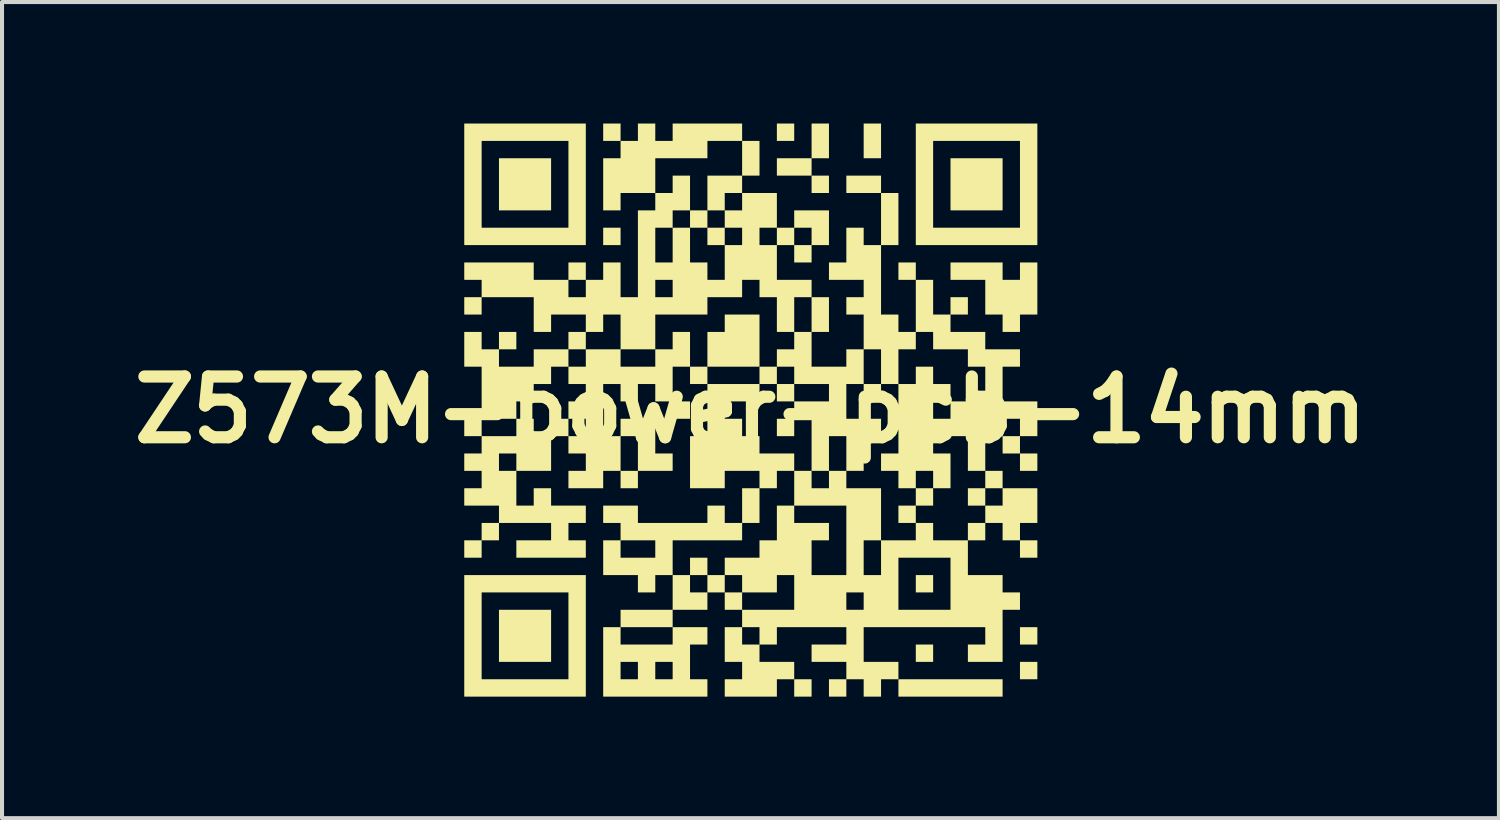
<source format=kicad_pcb>
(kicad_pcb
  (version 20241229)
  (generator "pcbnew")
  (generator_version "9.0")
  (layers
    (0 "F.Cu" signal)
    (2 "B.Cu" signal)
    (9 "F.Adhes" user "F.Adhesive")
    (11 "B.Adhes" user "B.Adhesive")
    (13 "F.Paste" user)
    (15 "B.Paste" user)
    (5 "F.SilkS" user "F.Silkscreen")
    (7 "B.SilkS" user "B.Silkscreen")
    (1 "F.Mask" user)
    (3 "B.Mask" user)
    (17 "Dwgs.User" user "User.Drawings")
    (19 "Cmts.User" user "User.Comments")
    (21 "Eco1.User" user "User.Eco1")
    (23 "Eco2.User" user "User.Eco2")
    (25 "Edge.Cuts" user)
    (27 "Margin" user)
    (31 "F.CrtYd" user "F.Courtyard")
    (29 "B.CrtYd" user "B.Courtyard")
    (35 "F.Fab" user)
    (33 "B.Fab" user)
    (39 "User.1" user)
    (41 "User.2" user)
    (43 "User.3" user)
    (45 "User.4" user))
  (footprint "Z573M-power-pcb-14mm"
    (layer "F.Cu")
    (at 15.479 7.067)
    (property "Reference" "Z573M-power-pcb-14mm" (at 0 0 0) (layer "F.SilkS") (effects (font (size 1.5 1.5) (thickness 0.3))))
    (attr board_only exclude_from_pos_files exclude_from_bom)
    (fp_poly (pts (xy -4.923 -5.566) (xy -4.923 -4.923) (xy -5.566 -4.923) (xy -6.21 -4.923) (xy -6.21 -5.566) (xy -6.21 -6.21) (xy -5.566 -6.21) (xy -4.923 -6.21)) (stroke (width 0) (type solid)) (fill yes) (layer "F.SilkS"))
    (fp_poly (pts (xy -4.923 5.581) (xy -4.923 6.224) (xy -5.566 6.224) (xy -6.21 6.224) (xy -6.21 5.581) (xy -6.21 4.938) (xy -5.566 4.938) (xy -4.923 4.938)) (stroke (width 0) (type solid)) (fill yes) (layer "F.SilkS"))
    (fp_poly (pts (xy -3.208 -4.28) (xy -3.208 -4.066) (xy -3.423 -4.066) (xy -3.637 -4.066) (xy -3.637 -4.28) (xy -3.637 -4.495) (xy -3.423 -4.495) (xy -3.208 -4.495)) (stroke (width 0) (type solid)) (fill yes) (layer "F.SilkS"))
    (fp_poly (pts (xy -1.493 0.007) (xy -1.493 0.222) (xy -1.708 0.222) (xy -1.922 0.222) (xy -1.922 0.007) (xy -1.922 -0.207) (xy -1.708 -0.207) (xy -1.493 -0.207)) (stroke (width 0) (type solid)) (fill yes) (layer "F.SilkS"))
    (fp_poly (pts (xy -1.064 -4.709) (xy -1.064 -4.495) (xy -1.279 -4.495) (xy -1.493 -4.495) (xy -1.493 -4.709) (xy -1.493 -4.923) (xy -1.279 -4.923) (xy -1.064 -4.923)) (stroke (width 0) (type solid)) (fill yes) (layer "F.SilkS"))
    (fp_poly (pts (xy -1.064 -0.85) (xy -1.064 -0.636) (xy -1.279 -0.636) (xy -1.493 -0.636) (xy -1.493 -0.85) (xy -1.493 -1.064) (xy -1.279 -1.064) (xy -1.064 -1.064)) (stroke (width 0) (type solid)) (fill yes) (layer "F.SilkS"))
    (fp_poly (pts (xy -1.064 3.866) (xy -1.064 4.081) (xy -1.279 4.081) (xy -1.493 4.081) (xy -1.493 3.866) (xy -1.493 3.652) (xy -1.279 3.652) (xy -1.064 3.652)) (stroke (width 0) (type solid)) (fill yes) (layer "F.SilkS"))
    (fp_poly (pts (xy -0.636 -4.28) (xy -0.636 -4.066) (xy -0.85 -4.066) (xy -1.064 -4.066) (xy -1.064 -4.28) (xy -1.064 -4.495) (xy -0.85 -4.495) (xy -0.636 -4.495)) (stroke (width 0) (type solid)) (fill yes) (layer "F.SilkS"))
    (fp_poly (pts (xy 0.651 -0.85) (xy 0.651 -0.636) (xy 0.436 -0.636) (xy 0.222 -0.636) (xy 0.222 -0.85) (xy 0.222 -1.064) (xy 0.436 -1.064) (xy 0.651 -1.064)) (stroke (width 0) (type solid)) (fill yes) (layer "F.SilkS"))
    (fp_poly (pts (xy 1.079 -6.853) (xy 1.079 -6.638) (xy 0.865 -6.638) (xy 0.651 -6.638) (xy 0.651 -6.853) (xy 0.651 -7.067) (xy 0.865 -7.067) (xy 1.079 -7.067)) (stroke (width 0) (type solid)) (fill yes) (layer "F.SilkS"))
    (fp_poly (pts (xy 1.079 -0.421) (xy 1.079 -0.207) (xy 0.865 -0.207) (xy 0.651 -0.207) (xy 0.651 -0.421) (xy 0.651 -0.636) (xy 0.865 -0.636) (xy 1.079 -0.636)) (stroke (width 0) (type solid)) (fill yes) (layer "F.SilkS"))
    (fp_poly (pts (xy 1.079 0.436) (xy 1.079 0.651) (xy 0.865 0.651) (xy 0.651 0.651) (xy 0.651 0.436) (xy 0.651 0.222) (xy 0.865 0.222) (xy 1.079 0.222)) (stroke (width 0) (type solid)) (fill yes) (layer "F.SilkS"))
    (fp_poly (pts (xy 1.508 6.867) (xy 1.508 7.082) (xy 1.294 7.082) (xy 1.079 7.082) (xy 1.079 6.867) (xy 1.079 6.653) (xy 1.294 6.653) (xy 1.508 6.653)) (stroke (width 0) (type solid)) (fill yes) (layer "F.SilkS"))
    (fp_poly (pts (xy 1.937 -5.566) (xy 1.937 -5.352) (xy 1.722 -5.352) (xy 1.508 -5.352) (xy 1.508 -5.566) (xy 1.508 -5.781) (xy 1.722 -5.781) (xy 1.937 -5.781)) (stroke (width 0) (type solid)) (fill yes) (layer "F.SilkS"))
    (fp_poly (pts (xy 3.223 -6.638) (xy 3.223 -6.21) (xy 3.009 -6.21) (xy 2.794 -6.21) (xy 2.794 -6.638) (xy 2.794 -7.067) (xy 3.009 -7.067) (xy 3.223 -7.067)) (stroke (width 0) (type solid)) (fill yes) (layer "F.SilkS"))
    (fp_poly (pts (xy 3.223 -5.566) (xy 3.223 -5.352) (xy 2.794 -5.352) (xy 2.366 -5.352) (xy 2.366 -5.566) (xy 2.366 -5.781) (xy 2.794 -5.781) (xy 3.223 -5.781)) (stroke (width 0) (type solid)) (fill yes) (layer "F.SilkS"))
    (fp_poly (pts (xy 3.223 -0.421) (xy 3.223 -0.207) (xy 3.009 -0.207) (xy 2.794 -0.207) (xy 2.794 -0.421) (xy 2.794 -0.636) (xy 3.009 -0.636) (xy 3.223 -0.636)) (stroke (width 0) (type solid)) (fill yes) (layer "F.SilkS"))
    (fp_poly (pts (xy 4.081 -3.423) (xy 4.081 -3.208) (xy 3.866 -3.208) (xy 3.652 -3.208) (xy 3.652 -3.423) (xy 3.652 -3.637) (xy 3.866 -3.637) (xy 4.081 -3.637)) (stroke (width 0) (type solid)) (fill yes) (layer "F.SilkS"))
    (fp_poly (pts (xy 4.509 4.295) (xy 4.509 4.509) (xy 4.295 4.509) (xy 4.081 4.509) (xy 4.081 4.295) (xy 4.081 4.081) (xy 4.295 4.081) (xy 4.509 4.081)) (stroke (width 0) (type solid)) (fill yes) (layer "F.SilkS"))
    (fp_poly (pts (xy 4.509 6.01) (xy 4.509 6.224) (xy 4.295 6.224) (xy 4.081 6.224) (xy 4.081 6.01) (xy 4.081 5.796) (xy 4.295 5.796) (xy 4.509 5.796)) (stroke (width 0) (type solid)) (fill yes) (layer "F.SilkS"))
    (fp_poly (pts (xy 5.796 2.151) (xy 5.796 2.366) (xy 5.581 2.366) (xy 5.367 2.366) (xy 5.367 2.151) (xy 5.367 1.937) (xy 5.581 1.937) (xy 5.796 1.937)) (stroke (width 0) (type solid)) (fill yes) (layer "F.SilkS"))
    (fp_poly (pts (xy 6.224 -5.566) (xy 6.224 -4.923) (xy 5.581 -4.923) (xy 4.938 -4.923) (xy 4.938 -5.566) (xy 4.938 -6.21) (xy 5.581 -6.21) (xy 6.224 -6.21)) (stroke (width 0) (type solid)) (fill yes) (layer "F.SilkS"))
    (fp_poly (pts (xy 6.224 1.722) (xy 6.224 1.937) (xy 6.01 1.937) (xy 5.796 1.937) (xy 5.796 1.722) (xy 5.796 1.508) (xy 6.01 1.508) (xy 6.224 1.508)) (stroke (width 0) (type solid)) (fill yes) (layer "F.SilkS"))
    (fp_poly (pts (xy 6.224 6.867) (xy 6.224 7.082) (xy 4.938 7.082) (xy 3.652 7.082) (xy 3.652 6.867) (xy 3.652 6.653) (xy 4.938 6.653) (xy 6.224 6.653)) (stroke (width 0) (type solid)) (fill yes) (layer "F.SilkS"))
    (fp_poly (pts (xy 7.082 1.294) (xy 7.082 1.508) (xy 6.867 1.508) (xy 6.653 1.508) (xy 6.653 1.294) (xy 6.653 1.079) (xy 6.867 1.079) (xy 7.082 1.079)) (stroke (width 0) (type solid)) (fill yes) (layer "F.SilkS"))
    (fp_poly (pts (xy 7.082 3.437) (xy 7.082 3.652) (xy 6.867 3.652) (xy 6.653 3.652) (xy 6.653 3.437) (xy 6.653 3.223) (xy 6.867 3.223) (xy 7.082 3.223)) (stroke (width 0) (type solid)) (fill yes) (layer "F.SilkS"))
    (fp_poly (pts (xy 7.082 5.581) (xy 7.082 5.796) (xy 6.867 5.796) (xy 6.653 5.796) (xy 6.653 5.581) (xy 6.653 5.367) (xy 6.867 5.367) (xy 7.082 5.367)) (stroke (width 0) (type solid)) (fill yes) (layer "F.SilkS"))
    (fp_poly (pts (xy 7.082 6.439) (xy 7.082 6.653) (xy 6.867 6.653) (xy 6.653 6.653) (xy 6.653 6.439) (xy 6.653 6.224) (xy 6.867 6.224) (xy 7.082 6.224)) (stroke (width 0) (type solid)) (fill yes) (layer "F.SilkS"))
    (fp_poly (pts (xy 0.222 -1.708) (xy 0.222 -1.064) (xy -0.421 -1.064) (xy -1.064 -1.064) (xy -1.064 -1.493) (xy -1.064 -1.922) (xy -0.85 -1.922) (xy -0.636 -1.922) (xy -0.636 -2.136) (xy -0.636 -2.351) (xy -0.207 -2.351) (xy 0.222 -2.351)) (stroke (width 0) (type solid)) (fill yes) (layer "F.SilkS"))
    (fp_poly (pts (xy 1.937 -6.638) (xy 1.937 -6.21) (xy 1.722 -6.21) (xy 1.508 -6.21) (xy 1.508 -5.995) (xy 1.508 -5.781) (xy 1.079 -5.781) (xy 0.651 -5.781) (xy 0.651 -5.995) (xy 0.651 -6.21) (xy 1.079 -6.21) (xy 1.508 -6.21) (xy 1.508 -6.638) (xy 1.508 -7.067) (xy 1.722 -7.067) (xy 1.937 -7.067)) (stroke (width 0) (type solid)) (fill yes) (layer "F.SilkS"))
    (fp_poly (pts (xy 4.509 2.151) (xy 4.509 2.366) (xy 4.295 2.366) (xy 4.081 2.366) (xy 4.081 2.58) (xy 4.081 2.794) (xy 3.866 2.794) (xy 3.652 2.794) (xy 3.652 2.58) (xy 3.652 2.366) (xy 3.866 2.366) (xy 4.081 2.366) (xy 4.081 2.151) (xy 4.081 1.937) (xy 4.295 1.937) (xy 4.509 1.937)) (stroke (width 0) (type solid)) (fill yes) (layer "F.SilkS"))
    (fp_poly (pts (xy -4.066 -5.566) (xy -4.066 -4.066) (xy -5.566 -4.066) (xy -7.067 -4.066) (xy -7.067 -5.566) (xy -7.067 -6.638) (xy -6.638 -6.638) (xy -6.638 -5.566) (xy -6.638 -4.495) (xy -5.566 -4.495) (xy -4.495 -4.495) (xy -4.495 -5.566) (xy -4.495 -6.638) (xy -5.566 -6.638) (xy -6.638 -6.638) (xy -7.067 -6.638) (xy -7.067 -7.067) (xy -5.566 -7.067) (xy -4.066 -7.067)) (stroke (width 0) (type solid)) (fill yes) (layer "F.SilkS"))
    (fp_poly (pts (xy -4.066 5.581) (xy -4.066 7.082) (xy -5.566 7.082) (xy -7.067 7.082) (xy -7.067 5.581) (xy -7.067 4.509) (xy -6.638 4.509) (xy -6.638 5.581) (xy -6.638 6.653) (xy -5.566 6.653) (xy -4.495 6.653) (xy -4.495 5.581) (xy -4.495 4.509) (xy -5.566 4.509) (xy -6.638 4.509) (xy -7.067 4.509) (xy -7.067 4.081) (xy -5.566 4.081) (xy -4.066 4.081)) (stroke (width 0) (type solid)) (fill yes) (layer "F.SilkS"))
    (fp_poly (pts (xy 7.082 -5.566) (xy 7.082 -4.066) (xy 5.581 -4.066) (xy 4.081 -4.066) (xy 4.081 -5.566) (xy 4.081 -6.638) (xy 4.509 -6.638) (xy 4.509 -5.566) (xy 4.509 -4.495) (xy 5.581 -4.495) (xy 6.653 -4.495) (xy 6.653 -5.566) (xy 6.653 -6.638) (xy 5.581 -6.638) (xy 4.509 -6.638) (xy 4.081 -6.638) (xy 4.081 -7.067) (xy 5.581 -7.067) (xy 7.082 -7.067)) (stroke (width 0) (type solid)) (fill yes) (layer "F.SilkS"))
    (fp_poly (pts (xy 0.007 -6.638) (xy 0.222 -6.638) (xy 0.222 -6.21) (xy 0.222 -5.781) (xy 0.007 -5.781) (xy -0.207 -5.781) (xy -0.207 -5.566) (xy -0.207 -5.352) (xy -0.421 -5.352) (xy -0.636 -5.352) (xy -0.636 -5.138) (xy -0.636 -4.923) (xy -0.85 -4.923) (xy -1.064 -4.923) (xy -1.064 -5.352) (xy -1.064 -5.781) (xy -0.636 -5.781) (xy -0.207 -5.781) (xy -0.207 -6.21) (xy -0.207 -6.638)) (stroke (width 0) (type solid)) (fill yes) (layer "F.SilkS"))
    (fp_poly (pts (xy 6.224 -3.423) (xy 6.224 -3.208) (xy 6.439 -3.208) (xy 6.653 -3.208) (xy 6.653 -3.423) (xy 6.653 -3.637) (xy 6.867 -3.637) (xy 7.082 -3.637) (xy 7.082 -2.994) (xy 7.082 -2.351) (xy 6.867 -2.351) (xy 6.653 -2.351) (xy 6.653 -2.136) (xy 6.653 -1.922) (xy 6.439 -1.922) (xy 6.224 -1.922) (xy 6.224 -2.136) (xy 6.224 -2.351) (xy 6.01 -2.351) (xy 5.796 -2.351) (xy 5.796 -2.78) (xy 5.796 -3.208) (xy 5.367 -3.208) (xy 4.938 -3.208) (xy 4.938 -3.423) (xy 4.938 -3.637) (xy 5.581 -3.637) (xy 6.224 -3.637)) (stroke (width 0) (type solid)) (fill yes) (layer "F.SilkS"))
    (fp_poly (pts (xy 0.222 -0.421) (xy 0.222 -0.207) (xy -0.207 -0.207) (xy -0.636 -0.207) (xy -0.636 0.007) (xy -0.636 0.222) (xy -0.421 0.222) (xy -0.207 0.222) (xy -0.207 0.436) (xy -0.207 0.651) (xy 0.007 0.651) (xy 0.222 0.651) (xy 0.222 0.865) (xy 0.222 1.079) (xy 0.651 1.079) (xy 1.079 1.079) (xy 1.079 1.294) (xy 1.079 1.508) (xy 0.865 1.508) (xy 0.651 1.508) (xy 0.651 1.722) (xy 0.651 1.937) (xy 0.436 1.937) (xy 0.222 1.937) (xy 0.222 2.366) (xy 0.222 2.794) (xy 0.007 2.794) (xy -0.207 2.794) (xy -0.207 3.009) (xy -0.207 3.223) (xy -1.064 3.223) (xy -1.922 3.223) (xy -1.922 3.652) (xy -1.922 4.081) (xy -2.136 4.081) (xy -2.351 4.081) (xy -2.351 4.295) (xy -2.351 4.509) (xy -2.565 4.509) (xy -2.78 4.509) (xy -2.78 4.295) (xy -2.78 4.081) (xy -3.208 4.081) (xy -3.637 4.081) (xy -3.637 3.652) (xy -3.637 3.223) (xy -3.423 3.223) (xy -3.208 3.223) (xy -3.208 3.437) (xy -3.208 3.652) (xy -2.78 3.652) (xy -2.351 3.652) (xy -2.351 3.437) (xy -2.351 3.223) (xy -2.78 3.223) (xy -3.208 3.223) (xy -3.208 3.009) (xy -3.208 2.794) (xy -3.423 2.794) (xy -3.637 2.794) (xy -3.637 2.58) (xy -3.637 2.366) (xy -3.208 2.366) (xy -2.78 2.366) (xy -2.78 2.58) (xy -2.78 2.794) (xy -1.922 2.794) (xy -1.064 2.794) (xy -1.064 2.58) (xy -1.064 2.366) (xy -0.85 2.366) (xy -0.636 2.366) (xy -0.636 2.58) (xy -0.636 2.794) (xy -0.421 2.794) (xy -0.207 2.794) (xy -0.207 2.366) (xy -0.207 1.937) (xy 0.007 1.937) (xy 0.222 1.937) (xy 0.222 1.722) (xy 0.222 1.508) (xy -0.207 1.508) (xy -0.636 1.508) (xy -0.636 1.722) (xy -0.636 1.937) (xy -1.064 1.937) (xy -1.493 1.937) (xy -1.493 1.294) (xy -1.493 0.651) (xy -1.279 0.651) (xy -1.064 0.651) (xy -1.064 0.007) (xy -1.064 -0.636) (xy -0.421 -0.636) (xy 0.222 -0.636)) (stroke (width 0) (type solid)) (fill yes) (layer "F.SilkS"))
    (fp_poly (pts (xy 3.652 -4.709) (xy 3.652 -4.066) (xy 3.437 -4.066) (xy 3.223 -4.066) (xy 3.223 -3.208) (xy 3.223 -2.351) (xy 3.437 -2.351) (xy 3.652 -2.351) (xy 3.652 -2.136) (xy 3.652 -1.922) (xy 3.866 -1.922) (xy 4.081 -1.922) (xy 4.081 -2.565) (xy 4.081 -3.208) (xy 4.295 -3.208) (xy 4.509 -3.208) (xy 4.509 -2.78) (xy 4.509 -2.351) (xy 4.724 -2.351) (xy 4.938 -2.351) (xy 4.938 -2.565) (xy 4.938 -2.78) (xy 5.152 -2.78) (xy 5.367 -2.78) (xy 5.367 -2.565) (xy 5.367 -2.351) (xy 5.152 -2.351) (xy 4.938 -2.351) (xy 4.938 -2.136) (xy 4.938 -1.922) (xy 5.367 -1.922) (xy 5.796 -1.922) (xy 5.796 -1.708) (xy 5.796 -1.493) (xy 6.224 -1.493) (xy 6.653 -1.493) (xy 6.653 -1.279) (xy 6.653 -1.064) (xy 6.439 -1.064) (xy 6.224 -1.064) (xy 6.224 -0.636) (xy 6.224 -0.207) (xy 6.653 -0.207) (xy 7.082 -0.207) (xy 7.082 0.222) (xy 7.082 0.651) (xy 6.867 0.651) (xy 6.653 0.651) (xy 6.653 0.865) (xy 6.653 1.079) (xy 6.439 1.079) (xy 6.224 1.079) (xy 6.224 0.865) (xy 6.224 0.651) (xy 6.01 0.651) (xy 5.796 0.651) (xy 5.796 1.079) (xy 5.796 1.508) (xy 5.581 1.508) (xy 5.367 1.508) (xy 5.367 1.079) (xy 5.367 0.651) (xy 4.938 0.651) (xy 4.509 0.651) (xy 4.509 0.865) (xy 4.509 1.079) (xy 4.724 1.079) (xy 4.938 1.079) (xy 4.938 1.508) (xy 4.938 1.937) (xy 4.724 1.937) (xy 4.509 1.937) (xy 4.509 1.722) (xy 4.509 1.508) (xy 4.295 1.508) (xy 4.081 1.508) (xy 4.081 1.722) (xy 4.081 1.937) (xy 3.866 1.937) (xy 3.652 1.937) (xy 3.652 1.722) (xy 3.652 1.508) (xy 3.437 1.508) (xy 3.223 1.508) (xy 3.223 1.294) (xy 3.223 1.079) (xy 3.437 1.079) (xy 3.652 1.079) (xy 3.652 0.222) (xy 3.652 -0.636) (xy 3.866 -0.636) (xy 4.081 -0.636) (xy 4.081 -0.85) (xy 4.081 -1.064) (xy 4.295 -1.064) (xy 4.509 -1.064) (xy 4.509 -0.85) (xy 4.509 -0.636) (xy 4.724 -0.636) (xy 4.938 -0.636) (xy 4.938 -0.421) (xy 4.938 -0.207) (xy 4.724 -0.207) (xy 4.509 -0.207) (xy 4.509 0.007) (xy 4.509 0.222) (xy 4.724 0.222) (xy 4.938 0.222) (xy 6.224 0.222) (xy 6.224 0.436) (xy 6.224 0.651) (xy 6.439 0.651) (xy 6.653 0.651) (xy 6.653 0.436) (xy 6.653 0.222) (xy 6.439 0.222) (xy 6.224 0.222) (xy 4.938 0.222) (xy 4.938 0.007) (xy 4.938 -0.207) (xy 5.367 -0.207) (xy 5.796 -0.207) (xy 5.796 -0.636) (xy 5.796 -1.064) (xy 5.581 -1.064) (xy 5.367 -1.064) (xy 5.367 -1.279) (xy 5.367 -1.493) (xy 4.938 -1.493) (xy 4.509 -1.493) (xy 4.509 -1.708) (xy 4.509 -1.922) (xy 4.295 -1.922) (xy 4.081 -1.922) (xy 4.081 -1.708) (xy 4.081 -1.493) (xy 3.866 -1.493) (xy 3.652 -1.493) (xy 3.652 -1.064) (xy 3.652 -0.636) (xy 3.437 -0.636) (xy 3.223 -0.636) (xy 3.223 -1.064) (xy 3.223 -1.493) (xy 3.009 -1.493) (xy 2.794 -1.493) (xy 2.794 -1.064) (xy 2.794 -0.636) (xy 2.58 -0.636) (xy 2.366 -0.636) (xy 2.366 -0.207) (xy 2.366 0.222) (xy 2.794 0.222) (xy 3.223 0.222) (xy 3.223 0.436) (xy 3.223 0.651) (xy 3.009 0.651) (xy 2.794 0.651) (xy 2.794 1.079) (xy 2.794 1.508) (xy 2.58 1.508) (xy 2.366 1.508) (xy 2.366 1.079) (xy 2.366 0.651) (xy 2.151 0.651) (xy 1.937 0.651) (xy 1.937 1.079) (xy 1.937 1.508) (xy 1.722 1.508) (xy 1.508 1.508) (xy 1.508 0.865) (xy 1.508 0.222) (xy 1.294 0.222) (xy 1.079 0.222) (xy 1.079 0.007) (xy 1.079 -0.207) (xy 1.508 -0.207) (xy 1.937 -0.207) (xy 1.937 -0.421) (xy 1.937 -0.636) (xy 1.508 -0.636) (xy 1.079 -0.636) (xy 1.079 -0.85) (xy 1.079 -1.064) (xy 0.865 -1.064) (xy 0.651 -1.064) (xy 0.651 -1.279) (xy 0.651 -1.493) (xy 0.865 -1.493) (xy 1.079 -1.493) (xy 1.079 -1.708) (xy 1.079 -1.922) (xy 1.294 -1.922) (xy 1.508 -1.922) (xy 1.508 -2.351) (xy 1.508 -2.78) (xy 1.722 -2.78) (xy 1.937 -2.78) (xy 1.937 -2.351) (xy 1.937 -1.922) (xy 1.722 -1.922) (xy 1.508 -1.922) (xy 1.508 -1.493) (xy 1.508 -1.064) (xy 1.937 -1.064) (xy 2.366 -1.064) (xy 2.366 -1.279) (xy 2.366 -1.493) (xy 2.58 -1.493) (xy 2.794 -1.493) (xy 2.794 -1.922) (xy 2.794 -2.351) (xy 2.58 -2.351) (xy 2.366 -2.351) (xy 2.366 -2.565) (xy 2.366 -2.78) (xy 2.58 -2.78) (xy 2.794 -2.78) (xy 2.794 -2.994) (xy 2.794 -3.208) (xy 2.366 -3.208) (xy 1.937 -3.208) (xy 1.937 -3.423) (xy 1.937 -3.637) (xy 2.151 -3.637) (xy 2.366 -3.637) (xy 2.366 -4.066) (xy 2.366 -4.495) (xy 2.58 -4.495) (xy 2.794 -4.495) (xy 2.794 -4.28) (xy 2.794 -4.066) (xy 3.009 -4.066) (xy 3.223 -4.066) (xy 3.223 -4.709) (xy 3.223 -5.352) (xy 3.437 -5.352) (xy 3.652 -5.352)) (stroke (width 0) (type solid)) (fill yes) (layer "F.SilkS"))
    (fp_poly (pts (xy 1.508 1.722) (xy 1.508 1.937) (xy 1.722 1.937) (xy 1.937 1.937) (xy 1.937 1.722) (xy 1.937 1.508) (xy 2.151 1.508) (xy 2.366 1.508) (xy 2.366 1.722) (xy 2.366 1.937) (xy 2.794 1.937) (xy 3.223 1.937) (xy 3.223 2.58) (xy 3.223 3.223) (xy 3.009 3.223) (xy 2.794 3.223) (xy 2.794 3.652) (xy 2.794 4.081) (xy 3.009 4.081) (xy 3.223 4.081) (xy 3.223 3.652) (xy 3.652 3.652) (xy 3.652 4.295) (xy 3.652 4.938) (xy 4.295 4.938) (xy 4.938 4.938) (xy 4.938 4.295) (xy 4.938 3.652) (xy 4.295 3.652) (xy 3.652 3.652) (xy 3.223 3.652) (xy 3.223 3.223) (xy 3.652 3.223) (xy 4.081 3.223) (xy 4.081 3.009) (xy 4.081 2.794) (xy 4.295 2.794) (xy 4.509 2.794) (xy 4.509 3.009) (xy 4.509 3.223) (xy 4.938 3.223) (xy 5.367 3.223) (xy 5.367 3.009) (xy 5.367 2.794) (xy 5.581 2.794) (xy 5.796 2.794) (xy 5.796 2.58) (xy 5.796 2.366) (xy 6.01 2.366) (xy 6.224 2.366) (xy 6.224 2.151) (xy 6.224 1.937) (xy 6.653 1.937) (xy 7.082 1.937) (xy 7.082 2.366) (xy 7.082 2.794) (xy 6.867 2.794) (xy 6.653 2.794) (xy 6.653 3.009) (xy 6.653 3.223) (xy 6.439 3.223) (xy 6.224 3.223) (xy 6.224 3.009) (xy 6.224 2.794) (xy 6.01 2.794) (xy 5.796 2.794) (xy 5.796 3.009) (xy 5.796 3.223) (xy 5.581 3.223) (xy 5.367 3.223) (xy 5.367 3.652) (xy 5.367 4.081) (xy 5.796 4.081) (xy 6.224 4.081) (xy 6.224 4.295) (xy 6.224 4.509) (xy 6.439 4.509) (xy 6.653 4.509) (xy 6.653 4.724) (xy 6.653 4.938) (xy 6.439 4.938) (xy 6.224 4.938) (xy 6.224 5.581) (xy 6.224 6.224) (xy 5.796 6.224) (xy 5.367 6.224) (xy 5.367 6.01) (xy 5.367 5.796) (xy 5.581 5.796) (xy 5.796 5.796) (xy 5.796 5.581) (xy 5.796 5.367) (xy 4.295 5.367) (xy 2.794 5.367) (xy 2.794 5.796) (xy 2.794 6.224) (xy 3.223 6.224) (xy 3.652 6.224) (xy 3.652 6.439) (xy 3.652 6.653) (xy 3.437 6.653) (xy 3.223 6.653) (xy 3.223 6.867) (xy 3.223 7.082) (xy 3.009 7.082) (xy 2.794 7.082) (xy 2.794 6.867) (xy 2.794 6.653) (xy 2.58 6.653) (xy 2.366 6.653) (xy 2.366 6.867) (xy 2.366 7.082) (xy 2.151 7.082) (xy 1.937 7.082) (xy 1.937 6.867) (xy 1.937 6.653) (xy 2.151 6.653) (xy 2.366 6.653) (xy 2.366 6.439) (xy 2.366 6.224) (xy 1.937 6.224) (xy 1.508 6.224) (xy 1.508 6.01) (xy 1.508 5.796) (xy 1.937 5.796) (xy 2.366 5.796) (xy 2.366 5.581) (xy 2.366 5.367) (xy 1.508 5.367) (xy 0.651 5.367) (xy 0.651 5.581) (xy 0.651 5.796) (xy 0.436 5.796) (xy 0.222 5.796) (xy 0.222 6.01) (xy 0.222 6.224) (xy 0.651 6.224) (xy 1.079 6.224) (xy 1.079 6.439) (xy 1.079 6.653) (xy 0.865 6.653) (xy 0.651 6.653) (xy 0.651 6.867) (xy 0.651 7.082) (xy 0.007 7.082) (xy -0.636 7.082) (xy -0.636 6.867) (xy -0.636 6.653) (xy -0.421 6.653) (xy -0.207 6.653) (xy -0.207 6.439) (xy -0.207 6.224) (xy -0.421 6.224) (xy -0.636 6.224) (xy -0.636 5.796) (xy -0.636 5.367) (xy -0.421 5.367) (xy -0.207 5.367) (xy -0.207 5.581) (xy -0.207 5.796) (xy 0.007 5.796) (xy 0.222 5.796) (xy 0.222 5.581) (xy 0.222 5.367) (xy 0.007 5.367) (xy -0.207 5.367) (xy -0.207 5.152) (xy -0.207 4.938) (xy -0.421 4.938) (xy -0.636 4.938) (xy -0.636 4.724) (xy -0.636 4.509) (xy -0.421 4.509) (xy -0.207 4.509) (xy -0.207 4.724) (xy -0.207 4.938) (xy 0.436 4.938) (xy 1.079 4.938) (xy 1.079 4.509) (xy 2.366 4.509) (xy 2.366 4.724) (xy 2.366 4.938) (xy 2.58 4.938) (xy 2.794 4.938) (xy 2.794 4.724) (xy 2.794 4.509) (xy 2.58 4.509) (xy 2.366 4.509) (xy 1.079 4.509) (xy 1.079 4.081) (xy 0.865 4.081) (xy 0.651 4.081) (xy 0.651 4.295) (xy 0.651 4.509) (xy 0.222 4.509) (xy -0.207 4.509) (xy -0.207 4.295) (xy -0.207 4.081) (xy -0.421 4.081) (xy -0.636 4.081) (xy -0.636 4.295) (xy -0.636 4.509) (xy -0.85 4.509) (xy -1.064 4.509) (xy -1.064 4.724) (xy -1.064 4.938) (xy -1.493 4.938) (xy -1.922 4.938) (xy -1.922 5.152) (xy -1.922 5.367) (xy -2.565 5.367) (xy -3.208 5.367) (xy -3.208 5.581) (xy -3.208 5.796) (xy -2.565 5.796) (xy -1.922 5.796) (xy -1.922 5.581) (xy -1.922 5.367) (xy -1.493 5.367) (xy -1.064 5.367) (xy -1.064 5.581) (xy -1.064 5.796) (xy -1.279 5.796) (xy -1.493 5.796) (xy -1.493 6.224) (xy -1.493 6.653) (xy -1.279 6.653) (xy -1.064 6.653) (xy -1.064 6.867) (xy -1.064 7.082) (xy -2.351 7.082) (xy -3.637 7.082) (xy -3.637 6.224) (xy -3.208 6.224) (xy -3.208 6.439) (xy -3.208 6.653) (xy -2.994 6.653) (xy -2.78 6.653) (xy -2.78 6.439) (xy -2.78 6.224) (xy -2.351 6.224) (xy -2.351 6.439) (xy -2.351 6.653) (xy -2.136 6.653) (xy -1.922 6.653) (xy -1.922 6.439) (xy -1.922 6.224) (xy -2.136 6.224) (xy -2.351 6.224) (xy -2.78 6.224) (xy -2.994 6.224) (xy -3.208 6.224) (xy -3.637 6.224) (xy -3.637 5.367) (xy -3.423 5.367) (xy -3.208 5.367) (xy -3.208 5.152) (xy -3.208 4.938) (xy -2.565 4.938) (xy -1.922 4.938) (xy -1.922 4.509) (xy -1.922 4.081) (xy -1.708 4.081) (xy -1.493 4.081) (xy -1.493 4.295) (xy -1.493 4.509) (xy -1.279 4.509) (xy -1.064 4.509) (xy -1.064 4.295) (xy -1.064 4.081) (xy -0.85 4.081) (xy -0.636 4.081) (xy -0.636 3.866) (xy -0.636 3.652) (xy -0.207 3.652) (xy 0.222 3.652) (xy 0.222 3.437) (xy 0.222 3.223) (xy 0.436 3.223) (xy 0.651 3.223) (xy 0.651 2.794) (xy 0.651 2.366) (xy 0.865 2.366) (xy 1.079 2.366) (xy 1.079 2.58) (xy 1.079 2.794) (xy 1.508 2.794) (xy 1.937 2.794) (xy 1.937 3.009) (xy 1.937 3.223) (xy 1.722 3.223) (xy 1.508 3.223) (xy 1.508 3.652) (xy 1.508 4.081) (xy 1.937 4.081) (xy 2.366 4.081) (xy 2.366 3.223) (xy 2.366 2.366) (xy 1.722 2.366) (xy 1.079 2.366) (xy 1.079 1.937) (xy 1.079 1.508) (xy 1.294 1.508) (xy 1.508 1.508)) (stroke (width 0) (type solid)) (fill yes) (layer "F.SilkS"))
    (fp_poly (pts (xy -3.208 -6.853) (xy -3.208 -6.638) (xy -2.994 -6.638) (xy -2.78 -6.638) (xy -2.78 -6.853) (xy -2.78 -7.067) (xy -2.565 -7.067) (xy -2.351 -7.067) (xy -2.351 -6.853) (xy -2.351 -6.638) (xy -2.136 -6.638) (xy -1.922 -6.638) (xy -1.922 -6.853) (xy -1.922 -7.067) (xy -1.064 -7.067) (xy -0.207 -7.067) (xy -0.207 -6.853) (xy -0.207 -6.638) (xy -0.636 -6.638) (xy -1.064 -6.638) (xy -1.064 -6.424) (xy -1.064 -6.21) (xy -1.708 -6.21) (xy -2.351 -6.21) (xy -2.351 -5.781) (xy -2.351 -5.352) (xy -2.136 -5.352) (xy -1.922 -5.352) (xy -1.922 -5.566) (xy -1.922 -5.781) (xy -1.708 -5.781) (xy -1.493 -5.781) (xy -1.493 -5.352) (xy -1.493 -4.923) (xy -1.708 -4.923) (xy -1.922 -4.923) (xy -1.922 -4.709) (xy -1.922 -4.495) (xy -2.136 -4.495) (xy -2.351 -4.495) (xy -2.351 -4.066) (xy -2.351 -3.637) (xy -2.136 -3.637) (xy -1.922 -3.637) (xy -1.922 -4.066) (xy -1.922 -4.495) (xy -1.708 -4.495) (xy -1.493 -4.495) (xy -1.493 -4.066) (xy -1.493 -3.637) (xy -1.279 -3.637) (xy -1.064 -3.637) (xy -1.064 -3.423) (xy -1.064 -3.208) (xy -0.85 -3.208) (xy -0.636 -3.208) (xy -0.636 -3.637) (xy -0.636 -4.066) (xy -0.421 -4.066) (xy -0.207 -4.066) (xy -0.207 -4.28) (xy -0.207 -4.495) (xy 0.222 -4.495) (xy 0.222 -4.28) (xy 0.222 -4.066) (xy 0.436 -4.066) (xy 0.651 -4.066) (xy 0.651 -4.28) (xy 0.651 -4.495) (xy 0.436 -4.495) (xy 0.222 -4.495) (xy -0.207 -4.495) (xy -0.421 -4.495) (xy -0.636 -4.495) (xy -0.636 -4.709) (xy -0.636 -4.923) (xy -0.421 -4.923) (xy -0.207 -4.923) (xy -0.207 -5.138) (xy -0.207 -5.352) (xy 0.222 -5.352) (xy 0.651 -5.352) (xy 0.651 -4.923) (xy 0.651 -4.495) (xy 0.865 -4.495) (xy 1.079 -4.495) (xy 1.079 -4.28) (xy 1.079 -4.066) (xy 1.294 -4.066) (xy 1.508 -4.066) (xy 1.508 -4.28) (xy 1.508 -4.495) (xy 1.294 -4.495) (xy 1.079 -4.495) (xy 1.079 -4.709) (xy 1.079 -4.923) (xy 1.508 -4.923) (xy 1.937 -4.923) (xy 1.937 -4.495) (xy 1.937 -4.066) (xy 1.722 -4.066) (xy 1.508 -4.066) (xy 1.508 -3.851) (xy 1.508 -3.637) (xy 1.294 -3.637) (xy 1.079 -3.637) (xy 1.079 -3.851) (xy 1.079 -4.066) (xy 0.865 -4.066) (xy 0.651 -4.066) (xy 0.651 -3.637) (xy 0.651 -3.208) (xy 1.079 -3.208) (xy 1.508 -3.208) (xy 1.508 -2.994) (xy 1.508 -2.78) (xy 1.294 -2.78) (xy 1.079 -2.78) (xy 1.079 -2.351) (xy 1.079 -1.922) (xy 0.865 -1.922) (xy 0.651 -1.922) (xy 0.651 -2.351) (xy 0.651 -2.78) (xy 0.436 -2.78) (xy 0.222 -2.78) (xy 0.222 -2.994) (xy 0.222 -3.208) (xy 0.007 -3.208) (xy -0.207 -3.208) (xy -0.207 -2.994) (xy -0.207 -2.78) (xy -0.636 -2.78) (xy -1.064 -2.78) (xy -1.064 -2.565) (xy -1.064 -2.351) (xy -1.708 -2.351) (xy -2.351 -2.351) (xy -2.351 -1.922) (xy -2.351 -1.493) (xy -2.78 -1.493) (xy -3.208 -1.493) (xy -3.208 -1.922) (xy -3.208 -2.351) (xy -3.423 -2.351) (xy -3.637 -2.351) (xy -3.637 -2.136) (xy -3.637 -1.922) (xy -3.851 -1.922) (xy -4.066 -1.922) (xy -4.066 -1.708) (xy -4.066 -1.493) (xy -4.28 -1.493) (xy -4.495 -1.493) (xy -4.495 -1.279) (xy -4.495 -1.064) (xy -4.709 -1.064) (xy -4.923 -1.064) (xy -4.923 -0.85) (xy -4.923 -0.636) (xy -5.138 -0.636) (xy -5.352 -0.636) (xy -5.352 -0.421) (xy -5.352 -0.207) (xy -5.566 -0.207) (xy -5.781 -0.207) (xy -5.781 0.007) (xy -5.781 0.222) (xy -6.21 0.222) (xy -6.638 0.222) (xy -6.638 0.436) (xy -6.638 0.651) (xy -6.21 0.651) (xy -5.781 0.651) (xy -5.781 0.436) (xy -5.781 0.222) (xy -5.566 0.222) (xy -5.352 0.222) (xy -5.352 0.436) (xy -5.352 0.651) (xy -5.138 0.651) (xy -4.923 0.651) (xy -4.923 0.436) (xy -4.923 0.222) (xy -4.709 0.222) (xy -4.495 0.222) (xy -4.495 0.436) (xy -4.495 0.651) (xy -4.28 0.651) (xy -4.066 0.651) (xy -4.066 0.436) (xy -4.066 0.222) (xy -4.28 0.222) (xy -4.495 0.222) (xy -4.495 0.007) (xy -4.495 -0.207) (xy -4.28 -0.207) (xy -4.066 -0.207) (xy -4.066 -0.421) (xy -4.066 -0.636) (xy -4.28 -0.636) (xy -4.495 -0.636) (xy -4.495 -0.85) (xy -4.495 -1.064) (xy -4.28 -1.064) (xy -4.066 -1.064) (xy -4.066 -1.279) (xy -4.066 -1.493) (xy -3.637 -1.493) (xy -3.208 -1.493) (xy -3.208 -1.279) (xy -3.208 -1.064) (xy -2.78 -1.064) (xy -2.351 -1.064) (xy -2.351 -1.279) (xy -2.351 -1.493) (xy -2.136 -1.493) (xy -1.922 -1.493) (xy -1.922 -1.708) (xy -1.922 -1.922) (xy -1.708 -1.922) (xy -1.493 -1.922) (xy -1.493 -1.493) (xy -1.493 -1.064) (xy -1.708 -1.064) (xy -1.922 -1.064) (xy -1.922 -0.636) (xy -1.922 -0.207) (xy -2.136 -0.207) (xy -2.351 -0.207) (xy -2.351 -0.421) (xy -2.351 -0.636) (xy -2.565 -0.636) (xy -2.78 -0.636) (xy -2.78 -0.421) (xy -2.78 -0.207) (xy -2.994 -0.207) (xy -3.208 -0.207) (xy -3.208 -0.421) (xy -3.208 -0.636) (xy -3.423 -0.636) (xy -3.637 -0.636) (xy -3.637 0.007) (xy -3.637 0.651) (xy -3.423 0.651) (xy -3.208 0.651) (xy -3.208 1.079) (xy -3.208 1.508) (xy -2.994 1.508) (xy -2.78 1.508) (xy -2.78 1.079) (xy -2.78 0.651) (xy -2.994 0.651) (xy -3.208 0.651) (xy -3.208 0.436) (xy -3.208 0.222) (xy -2.78 0.222) (xy -2.351 0.222) (xy -2.351 0.651) (xy -2.351 1.079) (xy -2.136 1.079) (xy -1.922 1.079) (xy -1.922 1.294) (xy -1.922 1.508) (xy -2.351 1.508) (xy -2.78 1.508) (xy -2.78 1.722) (xy -2.78 1.937) (xy -2.994 1.937) (xy -3.208 1.937) (xy -3.208 1.722) (xy -3.208 1.508) (xy -3.423 1.508) (xy -3.637 1.508) (xy -3.637 1.722) (xy -3.637 1.937) (xy -4.066 1.937) (xy -4.495 1.937) (xy -4.495 1.722) (xy -4.495 1.508) (xy -4.28 1.508) (xy -4.066 1.508) (xy -4.066 1.294) (xy -4.066 1.079) (xy -4.28 1.079) (xy -4.495 1.079) (xy -4.495 0.865) (xy -4.495 0.651) (xy -4.709 0.651) (xy -4.923 0.651) (xy -4.923 1.079) (xy -4.923 1.508) (xy -5.352 1.508) (xy -5.781 1.508) (xy -5.781 1.937) (xy -5.781 2.366) (xy -5.566 2.366) (xy -5.352 2.366) (xy -5.352 2.151) (xy -5.352 1.937) (xy -5.138 1.937) (xy -4.923 1.937) (xy -4.923 2.151) (xy -4.923 2.366) (xy -4.495 2.366) (xy -4.066 2.366) (xy -4.066 2.58) (xy -4.066 2.794) (xy -4.28 2.794) (xy -4.495 2.794) (xy -4.495 3.009) (xy -4.495 3.223) (xy -4.28 3.223) (xy -4.066 3.223) (xy -4.066 3.437) (xy -4.066 3.652) (xy -4.923 3.652) (xy -5.781 3.652) (xy -5.781 3.437) (xy -5.781 3.223) (xy -5.352 3.223) (xy -4.923 3.223) (xy -4.923 3.009) (xy -4.923 2.794) (xy -5.566 2.794) (xy -6.21 2.794) (xy -6.21 3.009) (xy -6.21 3.223) (xy -6.424 3.223) (xy -6.638 3.223) (xy -6.638 3.437) (xy -6.638 3.652) (xy -6.853 3.652) (xy -7.067 3.652) (xy -7.067 3.437) (xy -7.067 3.223) (xy -6.853 3.223) (xy -6.638 3.223) (xy -6.638 3.009) (xy -6.638 2.794) (xy -6.424 2.794) (xy -6.21 2.794) (xy -6.21 2.58) (xy -6.21 2.366) (xy -6.638 2.366) (xy -7.067 2.366) (xy -7.067 2.151) (xy -7.067 1.937) (xy -6.853 1.937) (xy -6.638 1.937) (xy -6.638 1.722) (xy -6.638 1.508) (xy -6.853 1.508) (xy -7.067 1.508) (xy -7.067 1.294) (xy -7.067 1.079) (xy -6.853 1.079) (xy -6.638 1.079) (xy -6.21 1.079) (xy -6.21 1.294) (xy -6.21 1.508) (xy -5.995 1.508) (xy -5.781 1.508) (xy -5.781 1.294) (xy -5.781 1.079) (xy -5.995 1.079) (xy -6.21 1.079) (xy -6.638 1.079) (xy -6.638 0.865) (xy -6.638 0.651) (xy -6.853 0.651) (xy -7.067 0.651) (xy -7.067 0.436) (xy -7.067 0.222) (xy -6.853 0.222) (xy -6.638 0.222) (xy -6.638 -0.421) (xy -6.638 -1.064) (xy -6.853 -1.064) (xy -7.067 -1.064) (xy -7.067 -1.493) (xy -7.067 -1.922) (xy -6.853 -1.922) (xy -6.638 -1.922) (xy -6.638 -1.708) (xy -6.638 -1.493) (xy -6.424 -1.493) (xy -6.21 -1.493) (xy -6.21 -1.708) (xy -6.21 -1.922) (xy -5.995 -1.922) (xy -5.781 -1.922) (xy -5.781 -1.708) (xy -5.781 -1.493) (xy -5.995 -1.493) (xy -6.21 -1.493) (xy -6.21 -1.279) (xy -6.21 -1.064) (xy -5.781 -1.064) (xy -5.352 -1.064) (xy -5.352 -1.279) (xy -5.352 -1.493) (xy -4.923 -1.493) (xy -4.495 -1.493) (xy -4.495 -1.708) (xy -4.495 -1.922) (xy -4.28 -1.922) (xy -4.066 -1.922) (xy -4.066 -2.136) (xy -4.066 -2.351) (xy -4.495 -2.351) (xy -4.923 -2.351) (xy -4.923 -2.136) (xy -4.923 -1.922) (xy -5.138 -1.922) (xy -5.352 -1.922) (xy -5.352 -2.351) (xy -5.352 -2.78) (xy -5.995 -2.78) (xy -6.638 -2.78) (xy -6.638 -2.565) (xy -6.638 -2.351) (xy -6.853 -2.351) (xy -7.067 -2.351) (xy -7.067 -2.565) (xy -7.067 -2.78) (xy -6.853 -2.78) (xy -6.638 -2.78) (xy -6.638 -2.994) (xy -6.638 -3.208) (xy -6.853 -3.208) (xy -7.067 -3.208) (xy -7.067 -3.423) (xy -7.067 -3.637) (xy -6.21 -3.637) (xy -5.352 -3.637) (xy -5.352 -3.423) (xy -5.352 -3.208) (xy -4.923 -3.208) (xy -4.495 -3.208) (xy -4.495 -2.994) (xy -4.495 -2.78) (xy -4.28 -2.78) (xy -4.066 -2.78) (xy -4.066 -2.994) (xy -4.066 -3.208) (xy -4.28 -3.208) (xy -4.495 -3.208) (xy -4.495 -3.423) (xy -4.495 -3.637) (xy -4.28 -3.637) (xy -4.066 -3.637) (xy -4.066 -3.423) (xy -4.066 -3.208) (xy -3.851 -3.208) (xy -3.637 -3.208) (xy -3.637 -3.423) (xy -3.637 -3.637) (xy -3.423 -3.637) (xy -3.208 -3.637) (xy -3.208 -3.208) (xy -3.208 -2.78) (xy -2.994 -2.78) (xy -2.78 -2.78) (xy -2.78 -3.208) (xy -2.351 -3.208) (xy -2.351 -2.994) (xy -2.351 -2.78) (xy -2.136 -2.78) (xy -1.922 -2.78) (xy -1.922 -2.994) (xy -1.922 -3.208) (xy -2.136 -3.208) (xy -2.351 -3.208) (xy -2.78 -3.208) (xy -2.78 -3.851) (xy -2.78 -4.923) (xy -2.565 -4.923) (xy -2.351 -4.923) (xy -2.351 -5.138) (xy -2.351 -5.352) (xy -2.78 -5.352) (xy -3.208 -5.352) (xy -3.208 -5.138) (xy -3.208 -4.923) (xy -3.423 -4.923) (xy -3.637 -4.923) (xy -3.637 -5.566) (xy -3.637 -6.21) (xy -3.423 -6.21) (xy -3.208 -6.21) (xy -3.208 -6.424) (xy -3.208 -6.638) (xy -3.423 -6.638) (xy -3.637 -6.638) (xy -3.637 -6.853) (xy -3.637 -7.067) (xy -3.423 -7.067) (xy -3.208 -7.067)) (stroke (width 0) (type solid)) (fill yes) (layer "F.SilkS")))
  (gr_rect
    (start -3 -3)
    (end 33.957 17.149)
    (stroke (width 0.1) (type default))
    (fill no)
    (layer "Edge.Cuts")))
</source>
